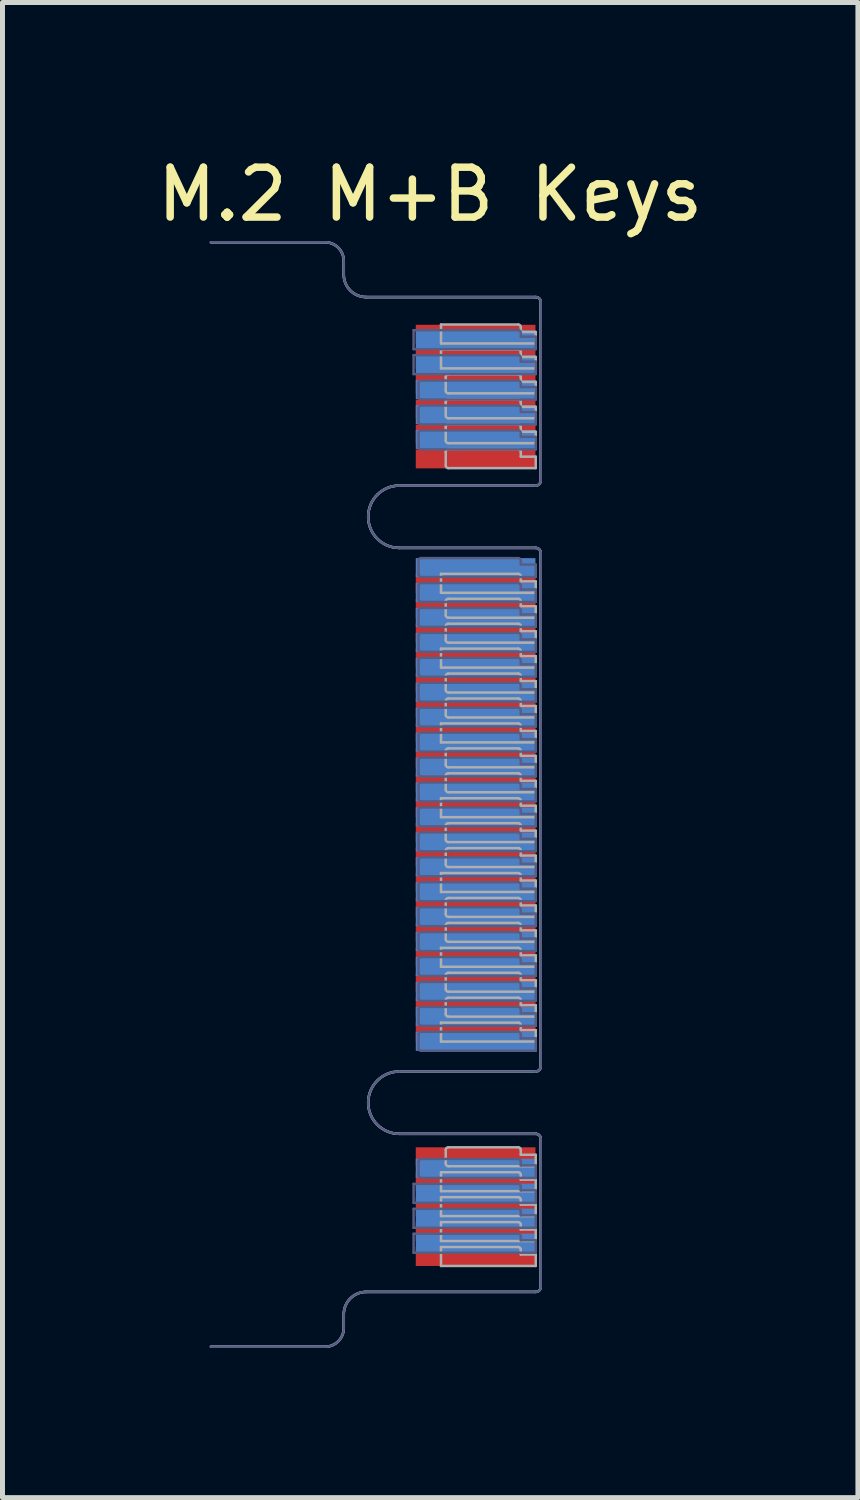
<source format=kicad_pcb>
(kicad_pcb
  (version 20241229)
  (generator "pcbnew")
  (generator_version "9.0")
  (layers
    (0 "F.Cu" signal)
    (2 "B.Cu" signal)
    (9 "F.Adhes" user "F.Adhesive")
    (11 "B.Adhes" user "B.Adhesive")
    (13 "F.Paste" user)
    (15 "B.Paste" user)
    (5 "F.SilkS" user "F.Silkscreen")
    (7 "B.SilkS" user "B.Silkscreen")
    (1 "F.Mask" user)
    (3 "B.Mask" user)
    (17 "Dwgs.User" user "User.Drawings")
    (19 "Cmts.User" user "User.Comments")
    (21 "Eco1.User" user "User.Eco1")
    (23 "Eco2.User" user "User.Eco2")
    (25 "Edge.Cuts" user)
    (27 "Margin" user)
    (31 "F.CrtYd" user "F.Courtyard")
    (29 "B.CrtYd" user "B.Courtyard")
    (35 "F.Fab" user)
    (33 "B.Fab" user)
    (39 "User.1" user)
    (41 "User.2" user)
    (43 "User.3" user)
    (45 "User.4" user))
  (footprint "M.2 M+B Keys"
    (layer "F.Cu")
    (at 7.838 7.333)
    (property "Reference" "M.2 M+B Keys" (at -2.261 -6.485 0) (layer "F.SilkS") (effects (font (size 1 1) (thickness 0.15))))
    (attr through_hole)
    (fp_line (start -6.657 16.625) (end -4.369 16.625) (stroke (width 0.05) (type solid)) (layer "B.Fab"))
    (fp_line (start -4.369 -5.525) (end -6.657 -5.525) (stroke (width 0.05) (type solid)) (layer "B.Fab"))
    (fp_line (start -3.994 -4.875) (end -3.994 -5.15) (stroke (width 0.05) (type solid)) (layer "B.Fab"))
    (fp_line (start -3.994 16.25) (end -3.994 15.975) (stroke (width 0.05) (type solid)) (layer "B.Fab"))
    (fp_line (start -3.544 15.525) (end -0.144 15.525) (stroke (width 0.05) (type solid)) (layer "B.Fab"))
    (fp_line (start -2.879 -0.645) (end -0.144 -0.645) (stroke (width 0.05) (type solid)) (layer "B.Fab"))
    (fp_line (start -2.879 11.105) (end -0.144 11.105) (stroke (width 0.05) (type solid)) (layer "B.Fab"))
    (fp_line (start -2.594 -3.761) (end -2.594 -3.381) (stroke (width 0.05) (type solid)) (layer "B.Fab"))
    (fp_line (start -2.594 -3.381) (end -0.144 -3.381) (stroke (width 0.05) (type solid)) (layer "B.Fab"))
    (fp_line (start -2.594 -3.261) (end -2.594 -2.881) (stroke (width 0.05) (type solid)) (layer "B.Fab"))
    (fp_line (start -2.594 -2.881) (end -0.144 -2.881) (stroke (width 0.05) (type solid)) (layer "B.Fab"))
    (fp_line (start -2.594 13.359) (end -2.594 13.739) (stroke (width 0.05) (type solid)) (layer "B.Fab"))
    (fp_line (start -2.594 13.739) (end -0.144 13.739) (stroke (width 0.05) (type solid)) (layer "B.Fab"))
    (fp_line (start -2.594 13.859) (end -2.594 14.239) (stroke (width 0.05) (type solid)) (layer "B.Fab"))
    (fp_line (start -2.594 14.239) (end -0.144 14.239) (stroke (width 0.05) (type solid)) (layer "B.Fab"))
    (fp_line (start -2.594 14.359) (end -2.594 14.739) (stroke (width 0.05) (type solid)) (layer "B.Fab"))
    (fp_line (start -2.594 14.739) (end -0.144 14.739) (stroke (width 0.05) (type solid)) (layer "B.Fab"))
    (fp_line (start -2.494 -2.421) (end -2.494 -2.701) (stroke (width 0.05) (type solid)) (layer "B.Fab"))
    (fp_line (start -2.494 -1.921) (end -2.494 -2.201) (stroke (width 0.05) (type solid)) (layer "B.Fab"))
    (fp_line (start -2.494 -1.421) (end -2.494 -1.701) (stroke (width 0.05) (type solid)) (layer "B.Fab"))
    (fp_line (start -2.494 1.139) (end -2.494 0.859) (stroke (width 0.05) (type solid)) (layer "B.Fab"))
    (fp_line (start -2.494 1.639) (end -2.494 1.359) (stroke (width 0.05) (type solid)) (layer "B.Fab"))
    (fp_line (start -2.494 2.139) (end -2.494 1.859) (stroke (width 0.05) (type solid)) (layer "B.Fab"))
    (fp_line (start -2.494 2.639) (end -2.494 2.359) (stroke (width 0.05) (type solid)) (layer "B.Fab"))
    (fp_line (start -2.494 3.139) (end -2.494 2.859) (stroke (width 0.05) (type solid)) (layer "B.Fab"))
    (fp_line (start -2.494 3.639) (end -2.494 3.359) (stroke (width 0.05) (type solid)) (layer "B.Fab"))
    (fp_line (start -2.494 4.139) (end -2.494 3.859) (stroke (width 0.05) (type solid)) (layer "B.Fab"))
    (fp_line (start -2.494 4.639) (end -2.494 4.359) (stroke (width 0.05) (type solid)) (layer "B.Fab"))
    (fp_line (start -2.494 5.139) (end -2.494 4.859) (stroke (width 0.05) (type solid)) (layer "B.Fab"))
    (fp_line (start -2.494 5.639) (end -2.494 5.359) (stroke (width 0.05) (type solid)) (layer "B.Fab"))
    (fp_line (start -2.494 6.139) (end -2.494 5.859) (stroke (width 0.05) (type solid)) (layer "B.Fab"))
    (fp_line (start -2.494 6.639) (end -2.494 6.359) (stroke (width 0.05) (type solid)) (layer "B.Fab"))
    (fp_line (start -2.494 7.139) (end -2.494 6.859) (stroke (width 0.05) (type solid)) (layer "B.Fab"))
    (fp_line (start -2.494 7.639) (end -2.494 7.359) (stroke (width 0.05) (type solid)) (layer "B.Fab"))
    (fp_line (start -2.494 8.139) (end -2.494 7.859) (stroke (width 0.05) (type solid)) (layer "B.Fab"))
    (fp_line (start -2.494 8.639) (end -2.494 8.359) (stroke (width 0.05) (type solid)) (layer "B.Fab"))
    (fp_line (start -2.494 9.139) (end -2.494 8.859) (stroke (width 0.05) (type solid)) (layer "B.Fab"))
    (fp_line (start -2.494 9.639) (end -2.494 9.359) (stroke (width 0.05) (type solid)) (layer "B.Fab"))
    (fp_line (start -2.494 10.139) (end -2.494 9.859) (stroke (width 0.05) (type solid)) (layer "B.Fab"))
    (fp_line (start -2.494 10.639) (end -2.494 10.359) (stroke (width 0.05) (type solid)) (layer "B.Fab"))
    (fp_line (start -2.494 13.189) (end -2.494 12.909) (stroke (width 0.05) (type solid)) (layer "B.Fab"))
    (fp_line (start -2.444 -2.751) (end -0.494 -2.751) (stroke (width 0.05) (type solid)) (layer "B.Fab"))
    (fp_line (start -2.444 -2.251) (end -0.494 -2.251) (stroke (width 0.05) (type solid)) (layer "B.Fab"))
    (fp_line (start -2.444 -1.751) (end -0.494 -1.751) (stroke (width 0.05) (type solid)) (layer "B.Fab"))
    (fp_line (start -2.444 0.809) (end -0.494 0.809) (stroke (width 0.05) (type solid)) (layer "B.Fab"))
    (fp_line (start -2.444 1.309) (end -0.494 1.309) (stroke (width 0.05) (type solid)) (layer "B.Fab"))
    (fp_line (start -2.444 1.809) (end -0.494 1.809) (stroke (width 0.05) (type solid)) (layer "B.Fab"))
    (fp_line (start -2.444 2.309) (end -0.494 2.309) (stroke (width 0.05) (type solid)) (layer "B.Fab"))
    (fp_line (start -2.444 2.809) (end -0.494 2.809) (stroke (width 0.05) (type solid)) (layer "B.Fab"))
    (fp_line (start -2.444 3.309) (end -0.494 3.309) (stroke (width 0.05) (type solid)) (layer "B.Fab"))
    (fp_line (start -2.444 3.809) (end -0.494 3.809) (stroke (width 0.05) (type solid)) (layer "B.Fab"))
    (fp_line (start -2.444 4.309) (end -0.494 4.309) (stroke (width 0.05) (type solid)) (layer "B.Fab"))
    (fp_line (start -2.444 4.809) (end -0.494 4.809) (stroke (width 0.05) (type solid)) (layer "B.Fab"))
    (fp_line (start -2.444 5.309) (end -0.494 5.309) (stroke (width 0.05) (type solid)) (layer "B.Fab"))
    (fp_line (start -2.444 5.809) (end -0.494 5.809) (stroke (width 0.05) (type solid)) (layer "B.Fab"))
    (fp_line (start -2.444 6.309) (end -0.494 6.309) (stroke (width 0.05) (type solid)) (layer "B.Fab"))
    (fp_line (start -2.444 6.809) (end -0.494 6.809) (stroke (width 0.05) (type solid)) (layer "B.Fab"))
    (fp_line (start -2.444 7.309) (end -0.494 7.309) (stroke (width 0.05) (type solid)) (layer "B.Fab"))
    (fp_line (start -2.444 7.809) (end -0.494 7.809) (stroke (width 0.05) (type solid)) (layer "B.Fab"))
    (fp_line (start -2.444 8.309) (end -0.494 8.309) (stroke (width 0.05) (type solid)) (layer "B.Fab"))
    (fp_line (start -2.444 8.809) (end -0.494 8.809) (stroke (width 0.05) (type solid)) (layer "B.Fab"))
    (fp_line (start -2.444 9.309) (end -0.494 9.309) (stroke (width 0.05) (type solid)) (layer "B.Fab"))
    (fp_line (start -2.444 9.809) (end -0.494 9.809) (stroke (width 0.05) (type solid)) (layer "B.Fab"))
    (fp_line (start -2.444 10.309) (end -0.494 10.309) (stroke (width 0.05) (type solid)) (layer "B.Fab"))
    (fp_line (start -2.444 12.859) (end -0.494 12.859) (stroke (width 0.05) (type solid)) (layer "B.Fab"))
    (fp_line (start -0.494 -3.761) (end -2.594 -3.761) (stroke (width 0.05) (type solid)) (layer "B.Fab"))
    (fp_line (start -0.494 -3.261) (end -2.594 -3.261) (stroke (width 0.05) (type solid)) (layer "B.Fab"))
    (fp_line (start -0.494 13.359) (end -2.594 13.359) (stroke (width 0.05) (type solid)) (layer "B.Fab"))
    (fp_line (start -0.494 13.859) (end -2.594 13.859) (stroke (width 0.05) (type solid)) (layer "B.Fab"))
    (fp_line (start -0.494 14.359) (end -2.594 14.359) (stroke (width 0.05) (type solid)) (layer "B.Fab"))
    (fp_line (start -0.444 -3.631) (end -0.444 -3.711) (stroke (width 0.05) (type solid)) (layer "B.Fab"))
    (fp_line (start -0.444 -3.131) (end -0.444 -3.211) (stroke (width 0.05) (type solid)) (layer "B.Fab"))
    (fp_line (start -0.444 -2.701) (end -0.444 -2.621) (stroke (width 0.05) (type solid)) (layer "B.Fab"))
    (fp_line (start -0.444 -2.621) (end -0.144 -2.621) (stroke (width 0.05) (type solid)) (layer "B.Fab"))
    (fp_line (start -0.444 -2.201) (end -0.444 -2.121) (stroke (width 0.05) (type solid)) (layer "B.Fab"))
    (fp_line (start -0.444 -2.121) (end -0.144 -2.121) (stroke (width 0.05) (type solid)) (layer "B.Fab"))
    (fp_line (start -0.444 -1.701) (end -0.444 -1.621) (stroke (width 0.05) (type solid)) (layer "B.Fab"))
    (fp_line (start -0.444 -1.621) (end -0.144 -1.621) (stroke (width 0.05) (type solid)) (layer "B.Fab"))
    (fp_line (start -0.444 0.859) (end -0.444 0.939) (stroke (width 0.05) (type solid)) (layer "B.Fab"))
    (fp_line (start -0.444 0.939) (end -0.144 0.939) (stroke (width 0.05) (type solid)) (layer "B.Fab"))
    (fp_line (start -0.444 1.359) (end -0.444 1.439) (stroke (width 0.05) (type solid)) (layer "B.Fab"))
    (fp_line (start -0.444 1.439) (end -0.144 1.439) (stroke (width 0.05) (type solid)) (layer "B.Fab"))
    (fp_line (start -0.444 1.859) (end -0.444 1.939) (stroke (width 0.05) (type solid)) (layer "B.Fab"))
    (fp_line (start -0.444 1.939) (end -0.144 1.939) (stroke (width 0.05) (type solid)) (layer "B.Fab"))
    (fp_line (start -0.444 2.359) (end -0.444 2.439) (stroke (width 0.05) (type solid)) (layer "B.Fab"))
    (fp_line (start -0.444 2.439) (end -0.144 2.439) (stroke (width 0.05) (type solid)) (layer "B.Fab"))
    (fp_line (start -0.444 2.859) (end -0.444 2.939) (stroke (width 0.05) (type solid)) (layer "B.Fab"))
    (fp_line (start -0.444 2.939) (end -0.144 2.939) (stroke (width 0.05) (type solid)) (layer "B.Fab"))
    (fp_line (start -0.444 3.359) (end -0.444 3.439) (stroke (width 0.05) (type solid)) (layer "B.Fab"))
    (fp_line (start -0.444 3.439) (end -0.144 3.439) (stroke (width 0.05) (type solid)) (layer "B.Fab"))
    (fp_line (start -0.444 3.859) (end -0.444 3.939) (stroke (width 0.05) (type solid)) (layer "B.Fab"))
    (fp_line (start -0.444 3.939) (end -0.144 3.939) (stroke (width 0.05) (type solid)) (layer "B.Fab"))
    (fp_line (start -0.444 4.359) (end -0.444 4.439) (stroke (width 0.05) (type solid)) (layer "B.Fab"))
    (fp_line (start -0.444 4.439) (end -0.144 4.439) (stroke (width 0.05) (type solid)) (layer "B.Fab"))
    (fp_line (start -0.444 4.859) (end -0.444 4.939) (stroke (width 0.05) (type solid)) (layer "B.Fab"))
    (fp_line (start -0.444 4.939) (end -0.144 4.939) (stroke (width 0.05) (type solid)) (layer "B.Fab"))
    (fp_line (start -0.444 5.359) (end -0.444 5.439) (stroke (width 0.05) (type solid)) (layer "B.Fab"))
    (fp_line (start -0.444 5.439) (end -0.144 5.439) (stroke (width 0.05) (type solid)) (layer "B.Fab"))
    (fp_line (start -0.444 5.859) (end -0.444 5.939) (stroke (width 0.05) (type solid)) (layer "B.Fab"))
    (fp_line (start -0.444 5.939) (end -0.144 5.939) (stroke (width 0.05) (type solid)) (layer "B.Fab"))
    (fp_line (start -0.444 6.359) (end -0.444 6.439) (stroke (width 0.05) (type solid)) (layer "B.Fab"))
    (fp_line (start -0.444 6.439) (end -0.144 6.439) (stroke (width 0.05) (type solid)) (layer "B.Fab"))
    (fp_line (start -0.444 6.859) (end -0.444 6.939) (stroke (width 0.05) (type solid)) (layer "B.Fab"))
    (fp_line (start -0.444 6.939) (end -0.144 6.939) (stroke (width 0.05) (type solid)) (layer "B.Fab"))
    (fp_line (start -0.444 7.359) (end -0.444 7.439) (stroke (width 0.05) (type solid)) (layer "B.Fab"))
    (fp_line (start -0.444 7.439) (end -0.144 7.439) (stroke (width 0.05) (type solid)) (layer "B.Fab"))
    (fp_line (start -0.444 7.859) (end -0.444 7.939) (stroke (width 0.05) (type solid)) (layer "B.Fab"))
    (fp_line (start -0.444 7.939) (end -0.144 7.939) (stroke (width 0.05) (type solid)) (layer "B.Fab"))
    (fp_line (start -0.444 8.359) (end -0.444 8.439) (stroke (width 0.05) (type solid)) (layer "B.Fab"))
    (fp_line (start -0.444 8.439) (end -0.144 8.439) (stroke (width 0.05) (type solid)) (layer "B.Fab"))
    (fp_line (start -0.444 8.859) (end -0.444 8.939) (stroke (width 0.05) (type solid)) (layer "B.Fab"))
    (fp_line (start -0.444 8.939) (end -0.144 8.939) (stroke (width 0.05) (type solid)) (layer "B.Fab"))
    (fp_line (start -0.444 9.359) (end -0.444 9.439) (stroke (width 0.05) (type solid)) (layer "B.Fab"))
    (fp_line (start -0.444 9.439) (end -0.144 9.439) (stroke (width 0.05) (type solid)) (layer "B.Fab"))
    (fp_line (start -0.444 9.859) (end -0.444 9.939) (stroke (width 0.05) (type solid)) (layer "B.Fab"))
    (fp_line (start -0.444 9.939) (end -0.144 9.939) (stroke (width 0.05) (type solid)) (layer "B.Fab"))
    (fp_line (start -0.444 10.359) (end -0.444 10.439) (stroke (width 0.05) (type solid)) (layer "B.Fab"))
    (fp_line (start -0.444 10.439) (end -0.144 10.439) (stroke (width 0.05) (type solid)) (layer "B.Fab"))
    (fp_line (start -0.444 12.909) (end -0.444 12.989) (stroke (width 0.05) (type solid)) (layer "B.Fab"))
    (fp_line (start -0.444 12.989) (end -0.144 12.989) (stroke (width 0.05) (type solid)) (layer "B.Fab"))
    (fp_line (start -0.444 13.489) (end -0.444 13.409) (stroke (width 0.05) (type solid)) (layer "B.Fab"))
    (fp_line (start -0.444 13.989) (end -0.444 13.909) (stroke (width 0.05) (type solid)) (layer "B.Fab"))
    (fp_line (start -0.444 14.489) (end -0.444 14.409) (stroke (width 0.05) (type solid)) (layer "B.Fab"))
    (fp_line (start -0.144 0.605) (end -2.879 0.605) (stroke (width 0.05) (type solid)) (layer "B.Fab"))
    (fp_line (start -0.144 12.355) (end -2.879 12.355) (stroke (width 0.05) (type solid)) (layer "B.Fab"))
    (fp_line (start -0.144 -4.425) (end -3.544 -4.425) (stroke (width 0.05) (type solid)) (layer "B.Fab"))
    (fp_line (start -0.144 -3.631) (end -0.444 -3.631) (stroke (width 0.05) (type solid)) (layer "B.Fab"))
    (fp_line (start -0.144 -3.381) (end -0.144 -3.631) (stroke (width 0.05) (type solid)) (layer "B.Fab"))
    (fp_line (start -0.144 -3.131) (end -0.444 -3.131) (stroke (width 0.05) (type solid)) (layer "B.Fab"))
    (fp_line (start -0.144 -2.881) (end -0.144 -3.131) (stroke (width 0.05) (type solid)) (layer "B.Fab"))
    (fp_line (start -0.144 -2.621) (end -0.144 -2.371) (stroke (width 0.05) (type solid)) (layer "B.Fab"))
    (fp_line (start -0.144 -2.371) (end -2.444 -2.371) (stroke (width 0.05) (type solid)) (layer "B.Fab"))
    (fp_line (start -0.144 -2.121) (end -0.144 -1.871) (stroke (width 0.05) (type solid)) (layer "B.Fab"))
    (fp_line (start -0.144 -1.871) (end -2.444 -1.871) (stroke (width 0.05) (type solid)) (layer "B.Fab"))
    (fp_line (start -0.144 -1.621) (end -0.144 -1.371) (stroke (width 0.05) (type solid)) (layer "B.Fab"))
    (fp_line (start -0.144 -1.371) (end -2.444 -1.371) (stroke (width 0.05) (type solid)) (layer "B.Fab"))
    (fp_line (start -0.144 0.939) (end -0.144 1.189) (stroke (width 0.05) (type solid)) (layer "B.Fab"))
    (fp_line (start -0.144 1.189) (end -2.444 1.189) (stroke (width 0.05) (type solid)) (layer "B.Fab"))
    (fp_line (start -0.144 1.439) (end -0.144 1.689) (stroke (width 0.05) (type solid)) (layer "B.Fab"))
    (fp_line (start -0.144 1.689) (end -2.444 1.689) (stroke (width 0.05) (type solid)) (layer "B.Fab"))
    (fp_line (start -0.144 1.939) (end -0.144 2.189) (stroke (width 0.05) (type solid)) (layer "B.Fab"))
    (fp_line (start -0.144 2.189) (end -2.444 2.189) (stroke (width 0.05) (type solid)) (layer "B.Fab"))
    (fp_line (start -0.144 2.439) (end -0.144 2.689) (stroke (width 0.05) (type solid)) (layer "B.Fab"))
    (fp_line (start -0.144 2.689) (end -2.444 2.689) (stroke (width 0.05) (type solid)) (layer "B.Fab"))
    (fp_line (start -0.144 2.939) (end -0.144 3.189) (stroke (width 0.05) (type solid)) (layer "B.Fab"))
    (fp_line (start -0.144 3.189) (end -2.444 3.189) (stroke (width 0.05) (type solid)) (layer "B.Fab"))
    (fp_line (start -0.144 3.439) (end -0.144 3.689) (stroke (width 0.05) (type solid)) (layer "B.Fab"))
    (fp_line (start -0.144 3.689) (end -2.444 3.689) (stroke (width 0.05) (type solid)) (layer "B.Fab"))
    (fp_line (start -0.144 3.939) (end -0.144 4.189) (stroke (width 0.05) (type solid)) (layer "B.Fab"))
    (fp_line (start -0.144 4.189) (end -2.444 4.189) (stroke (width 0.05) (type solid)) (layer "B.Fab"))
    (fp_line (start -0.144 4.439) (end -0.144 4.689) (stroke (width 0.05) (type solid)) (layer "B.Fab"))
    (fp_line (start -0.144 4.689) (end -2.444 4.689) (stroke (width 0.05) (type solid)) (layer "B.Fab"))
    (fp_line (start -0.144 4.939) (end -0.144 5.189) (stroke (width 0.05) (type solid)) (layer "B.Fab"))
    (fp_line (start -0.144 5.189) (end -2.444 5.189) (stroke (width 0.05) (type solid)) (layer "B.Fab"))
    (fp_line (start -0.144 5.439) (end -0.144 5.689) (stroke (width 0.05) (type solid)) (layer "B.Fab"))
    (fp_line (start -0.144 5.689) (end -2.444 5.689) (stroke (width 0.05) (type solid)) (layer "B.Fab"))
    (fp_line (start -0.144 5.939) (end -0.144 6.189) (stroke (width 0.05) (type solid)) (layer "B.Fab"))
    (fp_line (start -0.144 6.189) (end -2.444 6.189) (stroke (width 0.05) (type solid)) (layer "B.Fab"))
    (fp_line (start -0.144 6.439) (end -0.144 6.689) (stroke (width 0.05) (type solid)) (layer "B.Fab"))
    (fp_line (start -0.144 6.689) (end -2.444 6.689) (stroke (width 0.05) (type solid)) (layer "B.Fab"))
    (fp_line (start -0.144 6.939) (end -0.144 7.189) (stroke (width 0.05) (type solid)) (layer "B.Fab"))
    (fp_line (start -0.144 7.189) (end -2.444 7.189) (stroke (width 0.05) (type solid)) (layer "B.Fab"))
    (fp_line (start -0.144 7.439) (end -0.144 7.689) (stroke (width 0.05) (type solid)) (layer "B.Fab"))
    (fp_line (start -0.144 7.689) (end -2.444 7.689) (stroke (width 0.05) (type solid)) (layer "B.Fab"))
    (fp_line (start -0.144 7.939) (end -0.144 8.189) (stroke (width 0.05) (type solid)) (layer "B.Fab"))
    (fp_line (start -0.144 8.189) (end -2.444 8.189) (stroke (width 0.05) (type solid)) (layer "B.Fab"))
    (fp_line (start -0.144 8.439) (end -0.144 8.689) (stroke (width 0.05) (type solid)) (layer "B.Fab"))
    (fp_line (start -0.144 8.689) (end -2.444 8.689) (stroke (width 0.05) (type solid)) (layer "B.Fab"))
    (fp_line (start -0.144 8.939) (end -0.144 9.189) (stroke (width 0.05) (type solid)) (layer "B.Fab"))
    (fp_line (start -0.144 9.189) (end -2.444 9.189) (stroke (width 0.05) (type solid)) (layer "B.Fab"))
    (fp_line (start -0.144 9.439) (end -0.144 9.689) (stroke (width 0.05) (type solid)) (layer "B.Fab"))
    (fp_line (start -0.144 9.689) (end -2.444 9.689) (stroke (width 0.05) (type solid)) (layer "B.Fab"))
    (fp_line (start -0.144 9.939) (end -0.144 10.189) (stroke (width 0.05) (type solid)) (layer "B.Fab"))
    (fp_line (start -0.144 10.189) (end -2.444 10.189) (stroke (width 0.05) (type solid)) (layer "B.Fab"))
    (fp_line (start -0.144 10.439) (end -0.144 10.689) (stroke (width 0.05) (type solid)) (layer "B.Fab"))
    (fp_line (start -0.144 10.689) (end -2.444 10.689) (stroke (width 0.05) (type solid)) (layer "B.Fab"))
    (fp_line (start -0.144 12.989) (end -0.144 13.239) (stroke (width 0.05) (type solid)) (layer "B.Fab"))
    (fp_line (start -0.144 13.239) (end -2.444 13.239) (stroke (width 0.05) (type solid)) (layer "B.Fab"))
    (fp_line (start -0.144 13.489) (end -0.444 13.489) (stroke (width 0.05) (type solid)) (layer "B.Fab"))
    (fp_line (start -0.144 13.739) (end -0.144 13.489) (stroke (width 0.05) (type solid)) (layer "B.Fab"))
    (fp_line (start -0.144 13.989) (end -0.444 13.989) (stroke (width 0.05) (type solid)) (layer "B.Fab"))
    (fp_line (start -0.144 14.239) (end -0.144 13.989) (stroke (width 0.05) (type solid)) (layer "B.Fab"))
    (fp_line (start -0.144 14.489) (end -0.444 14.489) (stroke (width 0.05) (type solid)) (layer "B.Fab"))
    (fp_line (start -0.144 14.739) (end -0.144 14.489) (stroke (width 0.05) (type solid)) (layer "B.Fab"))
    (fp_line (start -0.044 -0.745) (end -0.044 -4.325) (stroke (width 0.05) (type solid)) (layer "B.Fab"))
    (fp_line (start -0.044 11.005) (end -0.044 0.705) (stroke (width 0.05) (type solid)) (layer "B.Fab"))
    (fp_line (start -0.044 15.425) (end -0.044 12.455) (stroke (width 0.05) (type solid)) (layer "B.Fab"))
    (fp_arc (start -4.3693 -5.5251) (mid -4.104135 -5.415265) (end -3.9943 -5.1501) (stroke (width 0.05) (type solid)) (layer "B.Fab"))
    (fp_arc (start -3.9943 15.974899) (mid -3.862498 15.656701) (end -3.5443 15.524899) (stroke (width 0.05) (type solid)) (layer "B.Fab"))
    (fp_arc (start -3.9943 16.2499) (mid -4.104135 16.515065) (end -4.3693 16.6249) (stroke (width 0.05) (type solid)) (layer "B.Fab"))
    (fp_arc (start -3.5443 -4.4251) (mid -3.862498 -4.556902) (end -3.9943 -4.8751) (stroke (width 0.05) (type solid)) (layer "B.Fab"))
    (fp_arc (start -2.879301 0.604901) (mid -3.504301 -0.020099) (end -2.879301 -0.645099) (stroke (width 0.05) (type solid)) (layer "B.Fab"))
    (fp_arc (start -2.8793 12.3549) (mid -3.5043 11.7299) (end -2.8793 11.1049) (stroke (width 0.05) (type solid)) (layer "B.Fab"))
    (fp_arc (start -2.4943 -2.70107) (mid -2.479655 -2.736425) (end -2.4443 -2.75107) (stroke (width 0.05) (type solid)) (layer "B.Fab"))
    (fp_arc (start -2.4943 -2.20107) (mid -2.479655 -2.236425) (end -2.4443 -2.25107) (stroke (width 0.05) (type solid)) (layer "B.Fab"))
    (fp_arc (start -2.4943 -1.70107) (mid -2.479655 -1.736425) (end -2.4443 -1.75107) (stroke (width 0.05) (type solid)) (layer "B.Fab"))
    (fp_arc (start -2.4943 0.85893) (mid -2.479655 0.823575) (end -2.4443 0.80893) (stroke (width 0.05) (type solid)) (layer "B.Fab"))
    (fp_arc (start -2.4943 1.35893) (mid -2.479655 1.323575) (end -2.4443 1.30893) (stroke (width 0.05) (type solid)) (layer "B.Fab"))
    (fp_arc (start -2.4943 1.85893) (mid -2.479655 1.823575) (end -2.4443 1.80893) (stroke (width 0.05) (type solid)) (layer "B.Fab"))
    (fp_arc (start -2.4943 2.35893) (mid -2.479655 2.323575) (end -2.4443 2.30893) (stroke (width 0.05) (type solid)) (layer "B.Fab"))
    (fp_arc (start -2.4943 2.85893) (mid -2.479655 2.823575) (end -2.4443 2.80893) (stroke (width 0.05) (type solid)) (layer "B.Fab"))
    (fp_arc (start -2.4943 3.35893) (mid -2.479655 3.323575) (end -2.4443 3.30893) (stroke (width 0.05) (type solid)) (layer "B.Fab"))
    (fp_arc (start -2.4943 3.85893) (mid -2.479655 3.823575) (end -2.4443 3.80893) (stroke (width 0.05) (type solid)) (layer "B.Fab"))
    (fp_arc (start -2.4943 4.35893) (mid -2.479655 4.323575) (end -2.4443 4.30893) (stroke (width 0.05) (type solid)) (layer "B.Fab"))
    (fp_arc (start -2.4943 4.85893) (mid -2.479655 4.823575) (end -2.4443 4.80893) (stroke (width 0.05) (type solid)) (layer "B.Fab"))
    (fp_arc (start -2.4943 5.35893) (mid -2.479655 5.323575) (end -2.4443 5.30893) (stroke (width 0.05) (type solid)) (layer "B.Fab"))
    (fp_arc (start -2.4943 5.858929) (mid -2.479655 5.823574) (end -2.4443 5.808929) (stroke (width 0.05) (type solid)) (layer "B.Fab"))
    (fp_arc (start -2.4943 6.358929) (mid -2.479655 6.323574) (end -2.4443 6.308929) (stroke (width 0.05) (type solid)) (layer "B.Fab"))
    (fp_arc (start -2.4943 6.858929) (mid -2.479655 6.823574) (end -2.4443 6.808929) (stroke (width 0.05) (type solid)) (layer "B.Fab"))
    (fp_arc (start -2.4943 7.358929) (mid -2.479655 7.323574) (end -2.4443 7.308929) (stroke (width 0.05) (type solid)) (layer "B.Fab"))
    (fp_arc (start -2.4943 7.858929) (mid -2.479655 7.823574) (end -2.4443 7.808929) (stroke (width 0.05) (type solid)) (layer "B.Fab"))
    (fp_arc (start -2.4943 8.358929) (mid -2.479655 8.323574) (end -2.4443 8.308929) (stroke (width 0.05) (type solid)) (layer "B.Fab"))
    (fp_arc (start -2.4943 8.858929) (mid -2.479655 8.823574) (end -2.4443 8.808929) (stroke (width 0.05) (type solid)) (layer "B.Fab"))
    (fp_arc (start -2.4943 9.358929) (mid -2.479655 9.323574) (end -2.4443 9.308929) (stroke (width 0.05) (type solid)) (layer "B.Fab"))
    (fp_arc (start -2.4943 9.858929) (mid -2.479655 9.823574) (end -2.4443 9.808929) (stroke (width 0.05) (type solid)) (layer "B.Fab"))
    (fp_arc (start -2.4943 10.358929) (mid -2.479655 10.323574) (end -2.4443 10.308929) (stroke (width 0.05) (type solid)) (layer "B.Fab"))
    (fp_arc (start -2.4943 12.908929) (mid -2.479655 12.873574) (end -2.4443 12.858929) (stroke (width 0.05) (type solid)) (layer "B.Fab"))
    (fp_arc (start -2.4443 -2.37107) (mid -2.479655 -2.385715) (end -2.4943 -2.42107) (stroke (width 0.05) (type solid)) (layer "B.Fab"))
    (fp_arc (start -2.4443 -1.87107) (mid -2.479655 -1.885715) (end -2.4943 -1.92107) (stroke (width 0.05) (type solid)) (layer "B.Fab"))
    (fp_arc (start -2.4443 -1.37107) (mid -2.479655 -1.385715) (end -2.4943 -1.42107) (stroke (width 0.05) (type solid)) (layer "B.Fab"))
    (fp_arc (start -2.4443 1.18893) (mid -2.479655 1.174285) (end -2.4943 1.13893) (stroke (width 0.05) (type solid)) (layer "B.Fab"))
    (fp_arc (start -2.4443 1.68893) (mid -2.479655 1.674285) (end -2.4943 1.63893) (stroke (width 0.05) (type solid)) (layer "B.Fab"))
    (fp_arc (start -2.4443 2.18893) (mid -2.479655 2.174285) (end -2.4943 2.13893) (stroke (width 0.05) (type solid)) (layer "B.Fab"))
    (fp_arc (start -2.4443 2.68893) (mid -2.479655 2.674285) (end -2.4943 2.63893) (stroke (width 0.05) (type solid)) (layer "B.Fab"))
    (fp_arc (start -2.4443 3.18893) (mid -2.479655 3.174285) (end -2.4943 3.13893) (stroke (width 0.05) (type solid)) (layer "B.Fab"))
    (fp_arc (start -2.4443 3.68893) (mid -2.479655 3.674285) (end -2.4943 3.63893) (stroke (width 0.05) (type solid)) (layer "B.Fab"))
    (fp_arc (start -2.4443 4.18893) (mid -2.479655 4.174285) (end -2.4943 4.13893) (stroke (width 0.05) (type solid)) (layer "B.Fab"))
    (fp_arc (start -2.4443 4.68893) (mid -2.479655 4.674285) (end -2.4943 4.63893) (stroke (width 0.05) (type solid)) (layer "B.Fab"))
    (fp_arc (start -2.4443 5.18893) (mid -2.479655 5.174285) (end -2.4943 5.13893) (stroke (width 0.05) (type solid)) (layer "B.Fab"))
    (fp_arc (start -2.4443 5.688929) (mid -2.479655 5.674284) (end -2.4943 5.638929) (stroke (width 0.05) (type solid)) (layer "B.Fab"))
    (fp_arc (start -2.4443 6.188929) (mid -2.479655 6.174284) (end -2.4943 6.138929) (stroke (width 0.05) (type solid)) (layer "B.Fab"))
    (fp_arc (start -2.4443 6.688929) (mid -2.479655 6.674284) (end -2.4943 6.638929) (stroke (width 0.05) (type solid)) (layer "B.Fab"))
    (fp_arc (start -2.4443 7.188929) (mid -2.479655 7.174284) (end -2.4943 7.138929) (stroke (width 0.05) (type solid)) (layer "B.Fab"))
    (fp_arc (start -2.4443 7.688929) (mid -2.479655 7.674284) (end -2.4943 7.638929) (stroke (width 0.05) (type solid)) (layer "B.Fab"))
    (fp_arc (start -2.4443 8.188929) (mid -2.479655 8.174284) (end -2.4943 8.138929) (stroke (width 0.05) (type solid)) (layer "B.Fab"))
    (fp_arc (start -2.4443 8.688929) (mid -2.479655 8.674284) (end -2.4943 8.638929) (stroke (width 0.05) (type solid)) (layer "B.Fab"))
    (fp_arc (start -2.4443 9.188929) (mid -2.479655 9.174284) (end -2.4943 9.138929) (stroke (width 0.05) (type solid)) (layer "B.Fab"))
    (fp_arc (start -2.4443 9.688929) (mid -2.479655 9.674284) (end -2.4943 9.638929) (stroke (width 0.05) (type solid)) (layer "B.Fab"))
    (fp_arc (start -2.4443 10.188929) (mid -2.479655 10.174284) (end -2.4943 10.138929) (stroke (width 0.05) (type solid)) (layer "B.Fab"))
    (fp_arc (start -2.4443 10.688929) (mid -2.479655 10.674284) (end -2.4943 10.638929) (stroke (width 0.05) (type solid)) (layer "B.Fab"))
    (fp_arc (start -2.4443 13.238929) (mid -2.479655 13.224284) (end -2.4943 13.188929) (stroke (width 0.05) (type solid)) (layer "B.Fab"))
    (fp_arc (start -0.4943 -3.76107) (mid -0.458945 -3.746425) (end -0.4443 -3.71107) (stroke (width 0.05) (type solid)) (layer "B.Fab"))
    (fp_arc (start -0.4943 -3.26107) (mid -0.458945 -3.246425) (end -0.4443 -3.21107) (stroke (width 0.05) (type solid)) (layer "B.Fab"))
    (fp_arc (start -0.4943 -2.75107) (mid -0.458945 -2.736425) (end -0.4443 -2.70107) (stroke (width 0.05) (type solid)) (layer "B.Fab"))
    (fp_arc (start -0.4943 -2.25107) (mid -0.458945 -2.236425) (end -0.4443 -2.20107) (stroke (width 0.05) (type solid)) (layer "B.Fab"))
    (fp_arc (start -0.4943 -1.75107) (mid -0.458945 -1.736425) (end -0.4443 -1.70107) (stroke (width 0.05) (type solid)) (layer "B.Fab"))
    (fp_arc (start -0.4943 0.80893) (mid -0.458945 0.823575) (end -0.4443 0.85893) (stroke (width 0.05) (type solid)) (layer "B.Fab"))
    (fp_arc (start -0.4943 1.30893) (mid -0.458945 1.323575) (end -0.4443 1.35893) (stroke (width 0.05) (type solid)) (layer "B.Fab"))
    (fp_arc (start -0.4943 1.80893) (mid -0.458945 1.823575) (end -0.4443 1.85893) (stroke (width 0.05) (type solid)) (layer "B.Fab"))
    (fp_arc (start -0.4943 2.30893) (mid -0.458945 2.323575) (end -0.4443 2.35893) (stroke (width 0.05) (type solid)) (layer "B.Fab"))
    (fp_arc (start -0.4943 2.80893) (mid -0.458945 2.823575) (end -0.4443 2.85893) (stroke (width 0.05) (type solid)) (layer "B.Fab"))
    (fp_arc (start -0.4943 3.30893) (mid -0.458945 3.323575) (end -0.4443 3.35893) (stroke (width 0.05) (type solid)) (layer "B.Fab"))
    (fp_arc (start -0.4943 3.80893) (mid -0.458945 3.823575) (end -0.4443 3.85893) (stroke (width 0.05) (type solid)) (layer "B.Fab"))
    (fp_arc (start -0.4943 4.30893) (mid -0.458945 4.323575) (end -0.4443 4.35893) (stroke (width 0.05) (type solid)) (layer "B.Fab"))
    (fp_arc (start -0.4943 4.80893) (mid -0.458945 4.823575) (end -0.4443 4.85893) (stroke (width 0.05) (type solid)) (layer "B.Fab"))
    (fp_arc (start -0.4943 5.30893) (mid -0.458945 5.323575) (end -0.4443 5.35893) (stroke (width 0.05) (type solid)) (layer "B.Fab"))
    (fp_arc (start -0.4943 5.808929) (mid -0.458945 5.823574) (end -0.4443 5.858929) (stroke (width 0.05) (type solid)) (layer "B.Fab"))
    (fp_arc (start -0.4943 6.308929) (mid -0.458945 6.323574) (end -0.4443 6.358929) (stroke (width 0.05) (type solid)) (layer "B.Fab"))
    (fp_arc (start -0.4943 6.808929) (mid -0.458945 6.823574) (end -0.4443 6.858929) (stroke (width 0.05) (type solid)) (layer "B.Fab"))
    (fp_arc (start -0.4943 7.308929) (mid -0.458945 7.323574) (end -0.4443 7.358929) (stroke (width 0.05) (type solid)) (layer "B.Fab"))
    (fp_arc (start -0.4943 7.808929) (mid -0.458945 7.823574) (end -0.4443 7.858929) (stroke (width 0.05) (type solid)) (layer "B.Fab"))
    (fp_arc (start -0.4943 8.308929) (mid -0.458945 8.323574) (end -0.4443 8.358929) (stroke (width 0.05) (type solid)) (layer "B.Fab"))
    (fp_arc (start -0.4943 8.808929) (mid -0.458945 8.823574) (end -0.4443 8.858929) (stroke (width 0.05) (type solid)) (layer "B.Fab"))
    (fp_arc (start -0.4943 9.308929) (mid -0.458945 9.323574) (end -0.4443 9.358929) (stroke (width 0.05) (type solid)) (layer "B.Fab"))
    (fp_arc (start -0.4943 9.808929) (mid -0.458945 9.823574) (end -0.4443 9.858929) (stroke (width 0.05) (type solid)) (layer "B.Fab"))
    (fp_arc (start -0.4943 10.308929) (mid -0.458945 10.323574) (end -0.4443 10.358929) (stroke (width 0.05) (type solid)) (layer "B.Fab"))
    (fp_arc (start -0.4943 12.858929) (mid -0.458945 12.873574) (end -0.4443 12.908929) (stroke (width 0.05) (type solid)) (layer "B.Fab"))
    (fp_arc (start -0.4943 13.358929) (mid -0.458945 13.373574) (end -0.4443 13.408929) (stroke (width 0.05) (type solid)) (layer "B.Fab"))
    (fp_arc (start -0.4943 13.858929) (mid -0.458945 13.873574) (end -0.4443 13.908929) (stroke (width 0.05) (type solid)) (layer "B.Fab"))
    (fp_arc (start -0.4943 14.358929) (mid -0.458945 14.373574) (end -0.4443 14.408929) (stroke (width 0.05) (type solid)) (layer "B.Fab"))
    (fp_arc (start -0.144301 0.604901) (mid -0.07359 0.63419) (end -0.044301 0.704901) (stroke (width 0.05) (type solid)) (layer "B.Fab"))
    (fp_arc (start -0.1443 -4.4251) (mid -0.073589 -4.395811) (end -0.0443 -4.3251) (stroke (width 0.05) (type solid)) (layer "B.Fab"))
    (fp_arc (start -0.1443 12.354901) (mid -0.07359 12.38419) (end -0.044301 12.4549) (stroke (width 0.05) (type solid)) (layer "B.Fab"))
    (fp_arc (start -0.044301 -0.745099) (mid -0.07359 -0.674388) (end -0.144301 -0.645099) (stroke (width 0.05) (type solid)) (layer "B.Fab"))
    (fp_arc (start -0.044301 11.004901) (mid -0.073591 11.075611) (end -0.144301 11.104899) (stroke (width 0.05) (type solid)) (layer "B.Fab"))
    (fp_arc (start -0.044299 15.424899) (mid -0.073589 15.49561) (end -0.1443 15.5249) (stroke (width 0.05) (type solid)) (layer "B.Fab"))
    (fp_line (start -6.657 16.625) (end -4.369 16.625) (stroke (width 0.05) (type solid)) (layer "F.Fab"))
    (fp_line (start -6.657 16.625) (end -4.369 16.625) (stroke (width 0.05) (type solid)) (layer "F.Fab"))
    (fp_line (start -4.369 -5.525) (end -6.657 -5.525) (stroke (width 0.05) (type solid)) (layer "F.Fab"))
    (fp_line (start -4.369 -5.525) (end -6.657 -5.525) (stroke (width 0.05) (type solid)) (layer "F.Fab"))
    (fp_line (start -3.994 -4.875) (end -3.994 -5.15) (stroke (width 0.05) (type solid)) (layer "F.Fab"))
    (fp_line (start -3.994 -4.875) (end -3.994 -5.15) (stroke (width 0.05) (type solid)) (layer "F.Fab"))
    (fp_line (start -3.994 16.25) (end -3.994 15.975) (stroke (width 0.05) (type solid)) (layer "F.Fab"))
    (fp_line (start -3.994 16.25) (end -3.994 15.975) (stroke (width 0.05) (type solid)) (layer "F.Fab"))
    (fp_line (start -3.544 15.525) (end -0.144 15.525) (stroke (width 0.05) (type solid)) (layer "F.Fab"))
    (fp_line (start -3.544 15.525) (end -0.144 15.525) (stroke (width 0.05) (type solid)) (layer "F.Fab"))
    (fp_line (start -2.879 -0.645) (end -0.144 -0.645) (stroke (width 0.05) (type solid)) (layer "F.Fab"))
    (fp_line (start -2.879 -0.645) (end -0.144 -0.645) (stroke (width 0.05) (type solid)) (layer "F.Fab"))
    (fp_line (start -2.879 11.105) (end -0.144 11.105) (stroke (width 0.05) (type solid)) (layer "F.Fab"))
    (fp_line (start -2.879 11.105) (end -0.144 11.105) (stroke (width 0.05) (type solid)) (layer "F.Fab"))
    (fp_line (start -2.044 -3.875) (end -0.494 -3.875) (stroke (width 0.05) (type solid)) (layer "F.Fab"))
    (fp_line (start -2.044 -3.495) (end -2.044 -3.875) (stroke (width 0.05) (type solid)) (layer "F.Fab"))
    (fp_line (start -2.044 -3.375) (end -0.494 -3.375) (stroke (width 0.05) (type solid)) (layer "F.Fab"))
    (fp_line (start -2.044 -2.995) (end -2.044 -3.375) (stroke (width 0.05) (type solid)) (layer "F.Fab"))
    (fp_line (start -2.044 1.125) (end -0.494 1.125) (stroke (width 0.05) (type solid)) (layer "F.Fab"))
    (fp_line (start -2.044 1.505) (end -2.044 1.125) (stroke (width 0.05) (type solid)) (layer "F.Fab"))
    (fp_line (start -2.044 2.625) (end -0.494 2.625) (stroke (width 0.05) (type solid)) (layer "F.Fab"))
    (fp_line (start -2.044 3.005) (end -2.044 2.625) (stroke (width 0.05) (type solid)) (layer "F.Fab"))
    (fp_line (start -2.044 4.125) (end -0.494 4.125) (stroke (width 0.05) (type solid)) (layer "F.Fab"))
    (fp_line (start -2.044 4.505) (end -2.044 4.125) (stroke (width 0.05) (type solid)) (layer "F.Fab"))
    (fp_line (start -2.044 5.625) (end -0.494 5.625) (stroke (width 0.05) (type solid)) (layer "F.Fab"))
    (fp_line (start -2.044 6.005) (end -2.044 5.625) (stroke (width 0.05) (type solid)) (layer "F.Fab"))
    (fp_line (start -2.044 7.125) (end -0.494 7.125) (stroke (width 0.05) (type solid)) (layer "F.Fab"))
    (fp_line (start -2.044 7.505) (end -2.044 7.125) (stroke (width 0.05) (type solid)) (layer "F.Fab"))
    (fp_line (start -2.044 8.625) (end -0.494 8.625) (stroke (width 0.05) (type solid)) (layer "F.Fab"))
    (fp_line (start -2.044 9.005) (end -2.044 8.625) (stroke (width 0.05) (type solid)) (layer "F.Fab"))
    (fp_line (start -2.044 10.125) (end -0.494 10.125) (stroke (width 0.05) (type solid)) (layer "F.Fab"))
    (fp_line (start -2.044 10.505) (end -2.044 10.125) (stroke (width 0.05) (type solid)) (layer "F.Fab"))
    (fp_line (start -2.044 13.125) (end -0.494 13.125) (stroke (width 0.05) (type solid)) (layer "F.Fab"))
    (fp_line (start -2.044 13.505) (end -2.044 13.125) (stroke (width 0.05) (type solid)) (layer "F.Fab"))
    (fp_line (start -2.044 13.625) (end -0.494 13.625) (stroke (width 0.05) (type solid)) (layer "F.Fab"))
    (fp_line (start -2.044 14.005) (end -2.044 13.625) (stroke (width 0.05) (type solid)) (layer "F.Fab"))
    (fp_line (start -2.044 14.125) (end -0.494 14.125) (stroke (width 0.05) (type solid)) (layer "F.Fab"))
    (fp_line (start -2.044 14.505) (end -2.044 14.125) (stroke (width 0.05) (type solid)) (layer "F.Fab"))
    (fp_line (start -2.044 14.625) (end -0.494 14.625) (stroke (width 0.05) (type solid)) (layer "F.Fab"))
    (fp_line (start -2.044 15.005) (end -2.044 14.625) (stroke (width 0.05) (type solid)) (layer "F.Fab"))
    (fp_line (start -1.949 -2.545) (end -1.949 -2.825) (stroke (width 0.05) (type solid)) (layer "F.Fab"))
    (fp_line (start -1.949 -2.045) (end -1.949 -2.325) (stroke (width 0.05) (type solid)) (layer "F.Fab"))
    (fp_line (start -1.949 -1.545) (end -1.949 -1.825) (stroke (width 0.05) (type solid)) (layer "F.Fab"))
    (fp_line (start -1.949 -1.045) (end -1.949 -1.325) (stroke (width 0.05) (type solid)) (layer "F.Fab"))
    (fp_line (start -1.949 1.955) (end -1.949 1.675) (stroke (width 0.05) (type solid)) (layer "F.Fab"))
    (fp_line (start -1.949 2.455) (end -1.949 2.175) (stroke (width 0.05) (type solid)) (layer "F.Fab"))
    (fp_line (start -1.949 3.455) (end -1.949 3.175) (stroke (width 0.05) (type solid)) (layer "F.Fab"))
    (fp_line (start -1.949 3.955) (end -1.949 3.675) (stroke (width 0.05) (type solid)) (layer "F.Fab"))
    (fp_line (start -1.949 4.955) (end -1.949 4.675) (stroke (width 0.05) (type solid)) (layer "F.Fab"))
    (fp_line (start -1.949 5.455) (end -1.949 5.175) (stroke (width 0.05) (type solid)) (layer "F.Fab"))
    (fp_line (start -1.949 6.455) (end -1.949 6.175) (stroke (width 0.05) (type solid)) (layer "F.Fab"))
    (fp_line (start -1.949 6.955) (end -1.949 6.675) (stroke (width 0.05) (type solid)) (layer "F.Fab"))
    (fp_line (start -1.949 7.955) (end -1.949 7.675) (stroke (width 0.05) (type solid)) (layer "F.Fab"))
    (fp_line (start -1.949 8.455) (end -1.949 8.175) (stroke (width 0.05) (type solid)) (layer "F.Fab"))
    (fp_line (start -1.949 9.455) (end -1.949 9.175) (stroke (width 0.05) (type solid)) (layer "F.Fab"))
    (fp_line (start -1.949 9.955) (end -1.949 9.675) (stroke (width 0.05) (type solid)) (layer "F.Fab"))
    (fp_line (start -1.949 12.955) (end -1.949 12.675) (stroke (width 0.05) (type solid)) (layer "F.Fab"))
    (fp_line (start -1.899 -2.875) (end -0.494 -2.875) (stroke (width 0.05) (type solid)) (layer "F.Fab"))
    (fp_line (start -1.899 -2.375) (end -0.494 -2.375) (stroke (width 0.05) (type solid)) (layer "F.Fab"))
    (fp_line (start -1.899 -1.875) (end -0.494 -1.875) (stroke (width 0.05) (type solid)) (layer "F.Fab"))
    (fp_line (start -1.899 -1.375) (end -0.494 -1.375) (stroke (width 0.05) (type solid)) (layer "F.Fab"))
    (fp_line (start -1.899 1.625) (end -0.494 1.625) (stroke (width 0.05) (type solid)) (layer "F.Fab"))
    (fp_line (start -1.899 2.125) (end -0.494 2.125) (stroke (width 0.05) (type solid)) (layer "F.Fab"))
    (fp_line (start -1.899 3.125) (end -0.494 3.125) (stroke (width 0.05) (type solid)) (layer "F.Fab"))
    (fp_line (start -1.899 3.625) (end -0.494 3.625) (stroke (width 0.05) (type solid)) (layer "F.Fab"))
    (fp_line (start -1.899 4.625) (end -0.494 4.625) (stroke (width 0.05) (type solid)) (layer "F.Fab"))
    (fp_line (start -1.899 5.125) (end -0.494 5.125) (stroke (width 0.05) (type solid)) (layer "F.Fab"))
    (fp_line (start -1.899 6.125) (end -0.494 6.125) (stroke (width 0.05) (type solid)) (layer "F.Fab"))
    (fp_line (start -1.899 6.625) (end -0.494 6.625) (stroke (width 0.05) (type solid)) (layer "F.Fab"))
    (fp_line (start -1.899 7.625) (end -0.494 7.625) (stroke (width 0.05) (type solid)) (layer "F.Fab"))
    (fp_line (start -1.899 8.125) (end -0.494 8.125) (stroke (width 0.05) (type solid)) (layer "F.Fab"))
    (fp_line (start -1.899 9.125) (end -0.494 9.125) (stroke (width 0.05) (type solid)) (layer "F.Fab"))
    (fp_line (start -1.899 9.625) (end -0.494 9.625) (stroke (width 0.05) (type solid)) (layer "F.Fab"))
    (fp_line (start -1.899 12.625) (end -0.494 12.625) (stroke (width 0.05) (type solid)) (layer "F.Fab"))
    (fp_line (start -0.444 -3.825) (end -0.444 -3.725) (stroke (width 0.05) (type solid)) (layer "F.Fab"))
    (fp_line (start -0.444 -3.725) (end -0.144 -3.725) (stroke (width 0.05) (type solid)) (layer "F.Fab"))
    (fp_line (start -0.444 -3.325) (end -0.444 -3.225) (stroke (width 0.05) (type solid)) (layer "F.Fab"))
    (fp_line (start -0.444 -3.225) (end -0.144 -3.225) (stroke (width 0.05) (type solid)) (layer "F.Fab"))
    (fp_line (start -0.444 -2.825) (end -0.444 -2.725) (stroke (width 0.05) (type solid)) (layer "F.Fab"))
    (fp_line (start -0.444 -2.725) (end -0.144 -2.725) (stroke (width 0.05) (type solid)) (layer "F.Fab"))
    (fp_line (start -0.444 -2.325) (end -0.444 -2.225) (stroke (width 0.05) (type solid)) (layer "F.Fab"))
    (fp_line (start -0.444 -2.225) (end -0.144 -2.225) (stroke (width 0.05) (type solid)) (layer "F.Fab"))
    (fp_line (start -0.444 -1.825) (end -0.444 -1.725) (stroke (width 0.05) (type solid)) (layer "F.Fab"))
    (fp_line (start -0.444 -1.725) (end -0.144 -1.725) (stroke (width 0.05) (type solid)) (layer "F.Fab"))
    (fp_line (start -0.444 -1.325) (end -0.444 -1.225) (stroke (width 0.05) (type solid)) (layer "F.Fab"))
    (fp_line (start -0.444 -1.225) (end -0.144 -1.225) (stroke (width 0.05) (type solid)) (layer "F.Fab"))
    (fp_line (start -0.444 1.175) (end -0.444 1.275) (stroke (width 0.05) (type solid)) (layer "F.Fab"))
    (fp_line (start -0.444 1.275) (end -0.144 1.275) (stroke (width 0.05) (type solid)) (layer "F.Fab"))
    (fp_line (start -0.444 1.675) (end -0.444 1.775) (stroke (width 0.05) (type solid)) (layer "F.Fab"))
    (fp_line (start -0.444 1.775) (end -0.144 1.775) (stroke (width 0.05) (type solid)) (layer "F.Fab"))
    (fp_line (start -0.444 2.175) (end -0.444 2.275) (stroke (width 0.05) (type solid)) (layer "F.Fab"))
    (fp_line (start -0.444 2.275) (end -0.144 2.275) (stroke (width 0.05) (type solid)) (layer "F.Fab"))
    (fp_line (start -0.444 2.675) (end -0.444 2.775) (stroke (width 0.05) (type solid)) (layer "F.Fab"))
    (fp_line (start -0.444 2.775) (end -0.144 2.775) (stroke (width 0.05) (type solid)) (layer "F.Fab"))
    (fp_line (start -0.444 3.175) (end -0.444 3.275) (stroke (width 0.05) (type solid)) (layer "F.Fab"))
    (fp_line (start -0.444 3.275) (end -0.144 3.275) (stroke (width 0.05) (type solid)) (layer "F.Fab"))
    (fp_line (start -0.444 3.675) (end -0.444 3.775) (stroke (width 0.05) (type solid)) (layer "F.Fab"))
    (fp_line (start -0.444 3.775) (end -0.144 3.775) (stroke (width 0.05) (type solid)) (layer "F.Fab"))
    (fp_line (start -0.444 4.175) (end -0.444 4.275) (stroke (width 0.05) (type solid)) (layer "F.Fab"))
    (fp_line (start -0.444 4.275) (end -0.144 4.275) (stroke (width 0.05) (type solid)) (layer "F.Fab"))
    (fp_line (start -0.444 4.675) (end -0.444 4.775) (stroke (width 0.05) (type solid)) (layer "F.Fab"))
    (fp_line (start -0.444 4.775) (end -0.144 4.775) (stroke (width 0.05) (type solid)) (layer "F.Fab"))
    (fp_line (start -0.444 5.175) (end -0.444 5.275) (stroke (width 0.05) (type solid)) (layer "F.Fab"))
    (fp_line (start -0.444 5.275) (end -0.144 5.275) (stroke (width 0.05) (type solid)) (layer "F.Fab"))
    (fp_line (start -0.444 5.675) (end -0.444 5.775) (stroke (width 0.05) (type solid)) (layer "F.Fab"))
    (fp_line (start -0.444 5.775) (end -0.144 5.775) (stroke (width 0.05) (type solid)) (layer "F.Fab"))
    (fp_line (start -0.444 6.175) (end -0.444 6.275) (stroke (width 0.05) (type solid)) (layer "F.Fab"))
    (fp_line (start -0.444 6.275) (end -0.144 6.275) (stroke (width 0.05) (type solid)) (layer "F.Fab"))
    (fp_line (start -0.444 6.675) (end -0.444 6.775) (stroke (width 0.05) (type solid)) (layer "F.Fab"))
    (fp_line (start -0.444 6.775) (end -0.144 6.775) (stroke (width 0.05) (type solid)) (layer "F.Fab"))
    (fp_line (start -0.444 7.175) (end -0.444 7.275) (stroke (width 0.05) (type solid)) (layer "F.Fab"))
    (fp_line (start -0.444 7.275) (end -0.144 7.275) (stroke (width 0.05) (type solid)) (layer "F.Fab"))
    (fp_line (start -0.444 7.675) (end -0.444 7.775) (stroke (width 0.05) (type solid)) (layer "F.Fab"))
    (fp_line (start -0.444 7.775) (end -0.144 7.775) (stroke (width 0.05) (type solid)) (layer "F.Fab"))
    (fp_line (start -0.444 8.175) (end -0.444 8.275) (stroke (width 0.05) (type solid)) (layer "F.Fab"))
    (fp_line (start -0.444 8.275) (end -0.144 8.275) (stroke (width 0.05) (type solid)) (layer "F.Fab"))
    (fp_line (start -0.444 8.675) (end -0.444 8.775) (stroke (width 0.05) (type solid)) (layer "F.Fab"))
    (fp_line (start -0.444 8.775) (end -0.144 8.775) (stroke (width 0.05) (type solid)) (layer "F.Fab"))
    (fp_line (start -0.444 9.175) (end -0.444 9.275) (stroke (width 0.05) (type solid)) (layer "F.Fab"))
    (fp_line (start -0.444 9.275) (end -0.144 9.275) (stroke (width 0.05) (type solid)) (layer "F.Fab"))
    (fp_line (start -0.444 9.675) (end -0.444 9.775) (stroke (width 0.05) (type solid)) (layer "F.Fab"))
    (fp_line (start -0.444 9.775) (end -0.144 9.775) (stroke (width 0.05) (type solid)) (layer "F.Fab"))
    (fp_line (start -0.444 10.175) (end -0.444 10.275) (stroke (width 0.05) (type solid)) (layer "F.Fab"))
    (fp_line (start -0.444 10.275) (end -0.144 10.275) (stroke (width 0.05) (type solid)) (layer "F.Fab"))
    (fp_line (start -0.444 12.675) (end -0.444 12.775) (stroke (width 0.05) (type solid)) (layer "F.Fab"))
    (fp_line (start -0.444 12.775) (end -0.144 12.775) (stroke (width 0.05) (type solid)) (layer "F.Fab"))
    (fp_line (start -0.444 13.175) (end -0.444 13.275) (stroke (width 0.05) (type solid)) (layer "F.Fab"))
    (fp_line (start -0.444 13.275) (end -0.144 13.275) (stroke (width 0.05) (type solid)) (layer "F.Fab"))
    (fp_line (start -0.444 13.675) (end -0.444 13.775) (stroke (width 0.05) (type solid)) (layer "F.Fab"))
    (fp_line (start -0.444 13.775) (end -0.144 13.775) (stroke (width 0.05) (type solid)) (layer "F.Fab"))
    (fp_line (start -0.444 14.175) (end -0.444 14.275) (stroke (width 0.05) (type solid)) (layer "F.Fab"))
    (fp_line (start -0.444 14.275) (end -0.144 14.275) (stroke (width 0.05) (type solid)) (layer "F.Fab"))
    (fp_line (start -0.444 14.675) (end -0.444 14.775) (stroke (width 0.05) (type solid)) (layer "F.Fab"))
    (fp_line (start -0.444 14.775) (end -0.144 14.775) (stroke (width 0.05) (type solid)) (layer "F.Fab"))
    (fp_line (start -0.144 -3.725) (end -0.144 -3.495) (stroke (width 0.05) (type solid)) (layer "F.Fab"))
    (fp_line (start -0.144 -3.495) (end -2.044 -3.495) (stroke (width 0.05) (type solid)) (layer "F.Fab"))
    (fp_line (start -0.144 -3.225) (end -0.144 -2.995) (stroke (width 0.05) (type solid)) (layer "F.Fab"))
    (fp_line (start -0.144 -2.995) (end -2.044 -2.995) (stroke (width 0.05) (type solid)) (layer "F.Fab"))
    (fp_line (start -0.144 -2.725) (end -0.144 -2.495) (stroke (width 0.05) (type solid)) (layer "F.Fab"))
    (fp_line (start -0.144 -2.495) (end -1.899 -2.495) (stroke (width 0.05) (type solid)) (layer "F.Fab"))
    (fp_line (start -0.144 -2.225) (end -0.144 -1.995) (stroke (width 0.05) (type solid)) (layer "F.Fab"))
    (fp_line (start -0.144 -1.995) (end -1.899 -1.995) (stroke (width 0.05) (type solid)) (layer "F.Fab"))
    (fp_line (start -0.144 -1.725) (end -0.144 -1.495) (stroke (width 0.05) (type solid)) (layer "F.Fab"))
    (fp_line (start -0.144 -1.495) (end -1.899 -1.495) (stroke (width 0.05) (type solid)) (layer "F.Fab"))
    (fp_line (start -0.144 -1.225) (end -0.144 -0.995) (stroke (width 0.05) (type solid)) (layer "F.Fab"))
    (fp_line (start -0.144 -0.995) (end -1.899 -0.995) (stroke (width 0.05) (type solid)) (layer "F.Fab"))
    (fp_line (start -0.144 0.605) (end -2.879 0.605) (stroke (width 0.05) (type solid)) (layer "F.Fab"))
    (fp_line (start -0.144 0.605) (end -2.879 0.605) (stroke (width 0.05) (type solid)) (layer "F.Fab"))
    (fp_line (start -0.144 1.275) (end -0.144 1.505) (stroke (width 0.05) (type solid)) (layer "F.Fab"))
    (fp_line (start -0.144 1.505) (end -2.044 1.505) (stroke (width 0.05) (type solid)) (layer "F.Fab"))
    (fp_line (start -0.144 1.775) (end -0.144 2.005) (stroke (width 0.05) (type solid)) (layer "F.Fab"))
    (fp_line (start -0.144 2.005) (end -1.899 2.005) (stroke (width 0.05) (type solid)) (layer "F.Fab"))
    (fp_line (start -0.144 2.275) (end -0.144 2.505) (stroke (width 0.05) (type solid)) (layer "F.Fab"))
    (fp_line (start -0.144 2.505) (end -1.899 2.505) (stroke (width 0.05) (type solid)) (layer "F.Fab"))
    (fp_line (start -0.144 2.775) (end -0.144 3.005) (stroke (width 0.05) (type solid)) (layer "F.Fab"))
    (fp_line (start -0.144 3.005) (end -2.044 3.005) (stroke (width 0.05) (type solid)) (layer "F.Fab"))
    (fp_line (start -0.144 3.275) (end -0.144 3.505) (stroke (width 0.05) (type solid)) (layer "F.Fab"))
    (fp_line (start -0.144 3.505) (end -1.899 3.505) (stroke (width 0.05) (type solid)) (layer "F.Fab"))
    (fp_line (start -0.144 3.775) (end -0.144 4.005) (stroke (width 0.05) (type solid)) (layer "F.Fab"))
    (fp_line (start -0.144 4.005) (end -1.899 4.005) (stroke (width 0.05) (type solid)) (layer "F.Fab"))
    (fp_line (start -0.144 4.275) (end -0.144 4.505) (stroke (width 0.05) (type solid)) (layer "F.Fab"))
    (fp_line (start -0.144 4.505) (end -2.044 4.505) (stroke (width 0.05) (type solid)) (layer "F.Fab"))
    (fp_line (start -0.144 4.775) (end -0.144 5.005) (stroke (width 0.05) (type solid)) (layer "F.Fab"))
    (fp_line (start -0.144 5.005) (end -1.899 5.005) (stroke (width 0.05) (type solid)) (layer "F.Fab"))
    (fp_line (start -0.144 5.275) (end -0.144 5.505) (stroke (width 0.05) (type solid)) (layer "F.Fab"))
    (fp_line (start -0.144 5.505) (end -1.899 5.505) (stroke (width 0.05) (type solid)) (layer "F.Fab"))
    (fp_line (start -0.144 5.775) (end -0.144 6.005) (stroke (width 0.05) (type solid)) (layer "F.Fab"))
    (fp_line (start -0.144 6.005) (end -2.044 6.005) (stroke (width 0.05) (type solid)) (layer "F.Fab"))
    (fp_line (start -0.144 6.275) (end -0.144 6.505) (stroke (width 0.05) (type solid)) (layer "F.Fab"))
    (fp_line (start -0.144 6.505) (end -1.899 6.505) (stroke (width 0.05) (type solid)) (layer "F.Fab"))
    (fp_line (start -0.144 6.775) (end -0.144 7.005) (stroke (width 0.05) (type solid)) (layer "F.Fab"))
    (fp_line (start -0.144 7.005) (end -1.899 7.005) (stroke (width 0.05) (type solid)) (layer "F.Fab"))
    (fp_line (start -0.144 7.275) (end -0.144 7.505) (stroke (width 0.05) (type solid)) (layer "F.Fab"))
    (fp_line (start -0.144 7.505) (end -2.044 7.505) (stroke (width 0.05) (type solid)) (layer "F.Fab"))
    (fp_line (start -0.144 7.775) (end -0.144 8.005) (stroke (width 0.05) (type solid)) (layer "F.Fab"))
    (fp_line (start -0.144 8.005) (end -1.899 8.005) (stroke (width 0.05) (type solid)) (layer "F.Fab"))
    (fp_line (start -0.144 8.275) (end -0.144 8.505) (stroke (width 0.05) (type solid)) (layer "F.Fab"))
    (fp_line (start -0.144 8.505) (end -1.899 8.505) (stroke (width 0.05) (type solid)) (layer "F.Fab"))
    (fp_line (start -0.144 8.775) (end -0.144 9.005) (stroke (width 0.05) (type solid)) (layer "F.Fab"))
    (fp_line (start -0.144 9.005) (end -2.044 9.005) (stroke (width 0.05) (type solid)) (layer "F.Fab"))
    (fp_line (start -0.144 9.275) (end -0.144 9.505) (stroke (width 0.05) (type solid)) (layer "F.Fab"))
    (fp_line (start -0.144 9.505) (end -1.899 9.505) (stroke (width 0.05) (type solid)) (layer "F.Fab"))
    (fp_line (start -0.144 9.775) (end -0.144 10.005) (stroke (width 0.05) (type solid)) (layer "F.Fab"))
    (fp_line (start -0.144 10.005) (end -1.899 10.005) (stroke (width 0.05) (type solid)) (layer "F.Fab"))
    (fp_line (start -0.144 10.275) (end -0.144 10.505) (stroke (width 0.05) (type solid)) (layer "F.Fab"))
    (fp_line (start -0.144 10.505) (end -2.044 10.505) (stroke (width 0.05) (type solid)) (layer "F.Fab"))
    (fp_line (start -0.144 12.355) (end -2.879 12.355) (stroke (width 0.05) (type solid)) (layer "F.Fab"))
    (fp_line (start -0.144 12.355) (end -2.879 12.355) (stroke (width 0.05) (type solid)) (layer "F.Fab"))
    (fp_line (start -0.144 12.775) (end -0.144 13.005) (stroke (width 0.05) (type solid)) (layer "F.Fab"))
    (fp_line (start -0.144 13.005) (end -1.899 13.005) (stroke (width 0.05) (type solid)) (layer "F.Fab"))
    (fp_line (start -0.144 -4.425) (end -3.544 -4.425) (stroke (width 0.05) (type solid)) (layer "F.Fab"))
    (fp_line (start -0.144 -4.425) (end -3.544 -4.425) (stroke (width 0.05) (type solid)) (layer "F.Fab"))
    (fp_line (start -0.144 13.275) (end -0.144 13.505) (stroke (width 0.05) (type solid)) (layer "F.Fab"))
    (fp_line (start -0.144 13.505) (end -2.044 13.505) (stroke (width 0.05) (type solid)) (layer "F.Fab"))
    (fp_line (start -0.144 13.775) (end -0.144 14.005) (stroke (width 0.05) (type solid)) (layer "F.Fab"))
    (fp_line (start -0.144 14.005) (end -2.044 14.005) (stroke (width 0.05) (type solid)) (layer "F.Fab"))
    (fp_line (start -0.144 14.275) (end -0.144 14.505) (stroke (width 0.05) (type solid)) (layer "F.Fab"))
    (fp_line (start -0.144 14.505) (end -2.044 14.505) (stroke (width 0.05) (type solid)) (layer "F.Fab"))
    (fp_line (start -0.144 14.775) (end -0.144 15.005) (stroke (width 0.05) (type solid)) (layer "F.Fab"))
    (fp_line (start -0.144 15.005) (end -2.044 15.005) (stroke (width 0.05) (type solid)) (layer "F.Fab"))
    (fp_line (start -0.044 -0.745) (end -0.044 -4.325) (stroke (width 0.05) (type solid)) (layer "F.Fab"))
    (fp_line (start -0.044 -0.745) (end -0.044 -4.325) (stroke (width 0.05) (type solid)) (layer "F.Fab"))
    (fp_line (start -0.044 11.005) (end -0.044 0.705) (stroke (width 0.05) (type solid)) (layer "F.Fab"))
    (fp_line (start -0.044 11.005) (end -0.044 0.705) (stroke (width 0.05) (type solid)) (layer "F.Fab"))
    (fp_line (start -0.044 15.425) (end -0.044 12.455) (stroke (width 0.05) (type solid)) (layer "F.Fab"))
    (fp_line (start -0.044 15.425) (end -0.044 12.455) (stroke (width 0.05) (type solid)) (layer "F.Fab"))
    (fp_arc (start -4.3693 -5.5251) (mid -4.104135 -5.415265) (end -3.9943 -5.1501) (stroke (width 0.05) (type solid)) (layer "F.Fab"))
    (fp_arc (start -4.3693 -5.5251) (mid -4.104135 -5.415265) (end -3.9943 -5.1501) (stroke (width 0.05) (type solid)) (layer "F.Fab"))
    (fp_arc (start -3.994301 16.2499) (mid -4.104136 16.515064) (end -4.3693 16.624899) (stroke (width 0.05) (type solid)) (layer "F.Fab"))
    (fp_arc (start -3.9943 15.974899) (mid -3.862498 15.656701) (end -3.5443 15.524899) (stroke (width 0.05) (type solid)) (layer "F.Fab"))
    (fp_arc (start -3.9943 16.2499) (mid -4.104135 16.515065) (end -4.3693 16.6249) (stroke (width 0.05) (type solid)) (layer "F.Fab"))
    (fp_arc (start -3.994299 15.974899) (mid -3.862497 15.656702) (end -3.5443 15.5249) (stroke (width 0.05) (type solid)) (layer "F.Fab"))
    (fp_arc (start -3.5443 -4.4251) (mid -3.862498 -4.556902) (end -3.9943 -4.8751) (stroke (width 0.05) (type solid)) (layer "F.Fab"))
    (fp_arc (start -3.5443 -4.4251) (mid -3.862498 -4.556902) (end -3.9943 -4.8751) (stroke (width 0.05) (type solid)) (layer "F.Fab"))
    (fp_arc (start -2.879301 0.604901) (mid -3.504301 -0.020099) (end -2.879301 -0.645099) (stroke (width 0.05) (type solid)) (layer "F.Fab"))
    (fp_arc (start -2.879301 0.604901) (mid -3.504301 -0.020099) (end -2.879301 -0.645099) (stroke (width 0.05) (type solid)) (layer "F.Fab"))
    (fp_arc (start -2.8793 12.3549) (mid -3.5043 11.7299) (end -2.8793 11.1049) (stroke (width 0.05) (type solid)) (layer "F.Fab"))
    (fp_arc (start -2.8793 12.3549) (mid -3.5043 11.7299) (end -2.8793 11.1049) (stroke (width 0.05) (type solid)) (layer "F.Fab"))
    (fp_arc (start -1.94852 -2.8251) (mid -1.933875 -2.860455) (end -1.89852 -2.8751) (stroke (width 0.05) (type solid)) (layer "F.Fab"))
    (fp_arc (start -1.94852 -2.3251) (mid -1.933875 -2.360455) (end -1.89852 -2.3751) (stroke (width 0.05) (type solid)) (layer "F.Fab"))
    (fp_arc (start -1.94852 -1.8251) (mid -1.933875 -1.860455) (end -1.89852 -1.8751) (stroke (width 0.05) (type solid)) (layer "F.Fab"))
    (fp_arc (start -1.94852 -1.3251) (mid -1.933875 -1.360455) (end -1.89852 -1.3751) (stroke (width 0.05) (type solid)) (layer "F.Fab"))
    (fp_arc (start -1.94852 1.6749) (mid -1.933875 1.639545) (end -1.89852 1.6249) (stroke (width 0.05) (type solid)) (layer "F.Fab"))
    (fp_arc (start -1.94852 2.1749) (mid -1.933875 2.139545) (end -1.89852 2.1249) (stroke (width 0.05) (type solid)) (layer "F.Fab"))
    (fp_arc (start -1.94852 3.1749) (mid -1.933875 3.139545) (end -1.89852 3.1249) (stroke (width 0.05) (type solid)) (layer "F.Fab"))
    (fp_arc (start -1.94852 3.6749) (mid -1.933875 3.639545) (end -1.89852 3.6249) (stroke (width 0.05) (type solid)) (layer "F.Fab"))
    (fp_arc (start -1.94852 4.6749) (mid -1.933875 4.639545) (end -1.89852 4.6249) (stroke (width 0.05) (type solid)) (layer "F.Fab"))
    (fp_arc (start -1.94852 5.1749) (mid -1.933875 5.139545) (end -1.89852 5.1249) (stroke (width 0.05) (type solid)) (layer "F.Fab"))
    (fp_arc (start -1.94852 6.174899) (mid -1.933875 6.139544) (end -1.89852 6.124899) (stroke (width 0.05) (type solid)) (layer "F.Fab"))
    (fp_arc (start -1.94852 6.674899) (mid -1.933875 6.639544) (end -1.89852 6.624899) (stroke (width 0.05) (type solid)) (layer "F.Fab"))
    (fp_arc (start -1.94852 7.674899) (mid -1.933875 7.639544) (end -1.89852 7.624899) (stroke (width 0.05) (type solid)) (layer "F.Fab"))
    (fp_arc (start -1.94852 8.174899) (mid -1.933875 8.139544) (end -1.89852 8.124899) (stroke (width 0.05) (type solid)) (layer "F.Fab"))
    (fp_arc (start -1.94852 9.174899) (mid -1.933875 9.139544) (end -1.89852 9.124899) (stroke (width 0.05) (type solid)) (layer "F.Fab"))
    (fp_arc (start -1.94852 9.674899) (mid -1.933875 9.639544) (end -1.89852 9.624899) (stroke (width 0.05) (type solid)) (layer "F.Fab"))
    (fp_arc (start -1.94852 12.674899) (mid -1.933875 12.639544) (end -1.89852 12.624899) (stroke (width 0.05) (type solid)) (layer "F.Fab"))
    (fp_arc (start -1.898521 6.5049) (mid -1.933876 6.490255) (end -1.94852 6.454899) (stroke (width 0.05) (type solid)) (layer "F.Fab"))
    (fp_arc (start -1.898521 8.0049) (mid -1.933876 7.990255) (end -1.94852 7.954899) (stroke (width 0.05) (type solid)) (layer "F.Fab"))
    (fp_arc (start -1.898521 13.0049) (mid -1.933876 12.990255) (end -1.94852 12.954899) (stroke (width 0.05) (type solid)) (layer "F.Fab"))
    (fp_arc (start -1.89852 -2.4951) (mid -1.933875 -2.509745) (end -1.94852 -2.5451) (stroke (width 0.05) (type solid)) (layer "F.Fab"))
    (fp_arc (start -1.89852 -1.9951) (mid -1.933875 -2.009745) (end -1.94852 -2.0451) (stroke (width 0.05) (type solid)) (layer "F.Fab"))
    (fp_arc (start -1.89852 -1.4951) (mid -1.933875 -1.509745) (end -1.94852 -1.5451) (stroke (width 0.05) (type solid)) (layer "F.Fab"))
    (fp_arc (start -1.89852 -0.9951) (mid -1.933875 -1.009745) (end -1.94852 -1.0451) (stroke (width 0.05) (type solid)) (layer "F.Fab"))
    (fp_arc (start -1.89852 2.0049) (mid -1.933875 1.990255) (end -1.94852 1.9549) (stroke (width 0.05) (type solid)) (layer "F.Fab"))
    (fp_arc (start -1.89852 2.5049) (mid -1.933875 2.490255) (end -1.94852 2.4549) (stroke (width 0.05) (type solid)) (layer "F.Fab"))
    (fp_arc (start -1.89852 3.5049) (mid -1.933875 3.490255) (end -1.94852 3.4549) (stroke (width 0.05) (type solid)) (layer "F.Fab"))
    (fp_arc (start -1.89852 4.0049) (mid -1.933875 3.990255) (end -1.94852 3.9549) (stroke (width 0.05) (type solid)) (layer "F.Fab"))
    (fp_arc (start -1.89852 5.0049) (mid -1.933875 4.990255) (end -1.94852 4.9549) (stroke (width 0.05) (type solid)) (layer "F.Fab"))
    (fp_arc (start -1.89852 5.5049) (mid -1.933875 5.490255) (end -1.94852 5.4549) (stroke (width 0.05) (type solid)) (layer "F.Fab"))
    (fp_arc (start -1.89852 7.004899) (mid -1.933875 6.990254) (end -1.94852 6.954899) (stroke (width 0.05) (type solid)) (layer "F.Fab"))
    (fp_arc (start -1.89852 8.504899) (mid -1.933875 8.490254) (end -1.94852 8.454899) (stroke (width 0.05) (type solid)) (layer "F.Fab"))
    (fp_arc (start -1.89852 9.504899) (mid -1.933875 9.490254) (end -1.94852 9.454899) (stroke (width 0.05) (type solid)) (layer "F.Fab"))
    (fp_arc (start -1.89852 10.004899) (mid -1.933875 9.990254) (end -1.94852 9.954899) (stroke (width 0.05) (type solid)) (layer "F.Fab"))
    (fp_arc (start -0.494302 4.124901) (mid -0.458946 4.139545) (end -0.444301 4.1749) (stroke (width 0.05) (type solid)) (layer "F.Fab"))
    (fp_arc (start -0.494301 -3.8751) (mid -0.458946 -3.860455) (end -0.444301 -3.8251) (stroke (width 0.05) (type solid)) (layer "F.Fab"))
    (fp_arc (start -0.494301 -3.3751) (mid -0.458946 -3.360455) (end -0.444301 -3.3251) (stroke (width 0.05) (type solid)) (layer "F.Fab"))
    (fp_arc (start -0.494301 -2.8751) (mid -0.458946 -2.860455) (end -0.444301 -2.8251) (stroke (width 0.05) (type solid)) (layer "F.Fab"))
    (fp_arc (start -0.494301 -2.3751) (mid -0.458946 -2.360455) (end -0.444301 -2.3251) (stroke (width 0.05) (type solid)) (layer "F.Fab"))
    (fp_arc (start -0.494301 -1.8751) (mid -0.458946 -1.860455) (end -0.444301 -1.8251) (stroke (width 0.05) (type solid)) (layer "F.Fab"))
    (fp_arc (start -0.494301 -1.3751) (mid -0.458946 -1.360455) (end -0.444301 -1.3251) (stroke (width 0.05) (type solid)) (layer "F.Fab"))
    (fp_arc (start -0.494301 1.1249) (mid -0.458946 1.139545) (end -0.444301 1.1749) (stroke (width 0.05) (type solid)) (layer "F.Fab"))
    (fp_arc (start -0.494301 1.6249) (mid -0.458946 1.639545) (end -0.444301 1.6749) (stroke (width 0.05) (type solid)) (layer "F.Fab"))
    (fp_arc (start -0.494301 2.1249) (mid -0.458946 2.139545) (end -0.444301 2.1749) (stroke (width 0.05) (type solid)) (layer "F.Fab"))
    (fp_arc (start -0.494301 2.6249) (mid -0.458946 2.639545) (end -0.444301 2.6749) (stroke (width 0.05) (type solid)) (layer "F.Fab"))
    (fp_arc (start -0.494301 3.1249) (mid -0.458946 3.139545) (end -0.444301 3.1749) (stroke (width 0.05) (type solid)) (layer "F.Fab"))
    (fp_arc (start -0.494301 3.6249) (mid -0.458946 3.639545) (end -0.444301 3.6749) (stroke (width 0.05) (type solid)) (layer "F.Fab"))
    (fp_arc (start -0.494301 4.6249) (mid -0.458946 4.639545) (end -0.444301 4.6749) (stroke (width 0.05) (type solid)) (layer "F.Fab"))
    (fp_arc (start -0.494301 5.1249) (mid -0.458946 5.139545) (end -0.444301 5.1749) (stroke (width 0.05) (type solid)) (layer "F.Fab"))
    (fp_arc (start -0.494301 5.624899) (mid -0.458946 5.639544) (end -0.444301 5.674899) (stroke (width 0.05) (type solid)) (layer "F.Fab"))
    (fp_arc (start -0.494301 6.124899) (mid -0.458946 6.139544) (end -0.444301 6.174899) (stroke (width 0.05) (type solid)) (layer "F.Fab"))
    (fp_arc (start -0.494301 6.624899) (mid -0.458946 6.639544) (end -0.444301 6.674899) (stroke (width 0.05) (type solid)) (layer "F.Fab"))
    (fp_arc (start -0.494301 7.124899) (mid -0.458946 7.139544) (end -0.444301 7.174899) (stroke (width 0.05) (type solid)) (layer "F.Fab"))
    (fp_arc (start -0.494301 7.624899) (mid -0.458946 7.639544) (end -0.444301 7.674899) (stroke (width 0.05) (type solid)) (layer "F.Fab"))
    (fp_arc (start -0.494301 8.124899) (mid -0.458946 8.139544) (end -0.444301 8.174899) (stroke (width 0.05) (type solid)) (layer "F.Fab"))
    (fp_arc (start -0.494301 8.624899) (mid -0.458946 8.639544) (end -0.444301 8.674899) (stroke (width 0.05) (type solid)) (layer "F.Fab"))
    (fp_arc (start -0.494301 9.124899) (mid -0.458946 9.139544) (end -0.444301 9.174899) (stroke (width 0.05) (type solid)) (layer "F.Fab"))
    (fp_arc (start -0.494301 9.624899) (mid -0.458946 9.639544) (end -0.444301 9.674899) (stroke (width 0.05) (type solid)) (layer "F.Fab"))
    (fp_arc (start -0.494301 10.124899) (mid -0.458946 10.139544) (end -0.444301 10.174899) (stroke (width 0.05) (type solid)) (layer "F.Fab"))
    (fp_arc (start -0.494301 12.624898) (mid -0.458945 12.639543) (end -0.4443 12.674899) (stroke (width 0.05) (type solid)) (layer "F.Fab"))
    (fp_arc (start -0.4943 13.124899) (mid -0.458945 13.139544) (end -0.4443 13.174899) (stroke (width 0.05) (type solid)) (layer "F.Fab"))
    (fp_arc (start -0.4943 13.624899) (mid -0.458945 13.639544) (end -0.4443 13.674899) (stroke (width 0.05) (type solid)) (layer "F.Fab"))
    (fp_arc (start -0.4943 14.124899) (mid -0.458945 14.139544) (end -0.4443 14.174899) (stroke (width 0.05) (type solid)) (layer "F.Fab"))
    (fp_arc (start -0.4943 14.624899) (mid -0.458945 14.639544) (end -0.4443 14.674899) (stroke (width 0.05) (type solid)) (layer "F.Fab"))
    (fp_arc (start -0.144301 0.604901) (mid -0.07359 0.63419) (end -0.044301 0.704901) (stroke (width 0.05) (type solid)) (layer "F.Fab"))
    (fp_arc (start -0.144301 0.604901) (mid -0.07359 0.63419) (end -0.044301 0.704901) (stroke (width 0.05) (type solid)) (layer "F.Fab"))
    (fp_arc (start -0.1443 -4.4251) (mid -0.073589 -4.395811) (end -0.0443 -4.3251) (stroke (width 0.05) (type solid)) (layer "F.Fab"))
    (fp_arc (start -0.1443 -4.4251) (mid -0.073589 -4.395811) (end -0.0443 -4.3251) (stroke (width 0.05) (type solid)) (layer "F.Fab"))
    (fp_arc (start -0.1443 12.354901) (mid -0.07359 12.38419) (end -0.044301 12.4549) (stroke (width 0.05) (type solid)) (layer "F.Fab"))
    (fp_arc (start -0.1443 12.354901) (mid -0.07359 12.38419) (end -0.044301 12.4549) (stroke (width 0.05) (type solid)) (layer "F.Fab"))
    (fp_arc (start -0.044301 -0.745099) (mid -0.07359 -0.674388) (end -0.144301 -0.645099) (stroke (width 0.05) (type solid)) (layer "F.Fab"))
    (fp_arc (start -0.044301 -0.745099) (mid -0.07359 -0.674388) (end -0.144301 -0.645099) (stroke (width 0.05) (type solid)) (layer "F.Fab"))
    (fp_arc (start -0.044301 11.004901) (mid -0.073591 11.075611) (end -0.144301 11.104899) (stroke (width 0.05) (type solid)) (layer "F.Fab"))
    (fp_arc (start -0.044301 11.004901) (mid -0.073591 11.075611) (end -0.144301 11.104899) (stroke (width 0.05) (type solid)) (layer "F.Fab"))
    (fp_arc (start -0.044299 15.424899) (mid -0.073589 15.49561) (end -0.1443 15.5249) (stroke (width 0.05) (type solid)) (layer "F.Fab"))
    (fp_arc (start -0.044299 15.424899) (mid -0.073589 15.49561) (end -0.1443 15.5249) (stroke (width 0.05) (type solid)) (layer "F.Fab"))
    (pad "1" smd rect (at -1.35 -3.68) (size 2.4 0.38) (layers "F.Cu" "F.Mask"))
    (pad "2" smd rect (at -1.35 -3.57) (size 2.4 0.38) (layers "B.Cu" "B.Mask"))
    (pad "3" smd rect (at -1.35 -3.18) (size 2.4 0.38) (layers "F.Cu" "F.Mask"))
    (pad "4" smd rect (at -1.35 -3.07) (size 2.4 0.38) (layers "B.Cu" "B.Mask"))
    (pad "5" smd rect (at -1.35 -2.68) (size 2.4 0.38) (layers "F.Cu" "F.Mask"))
    (pad "6" smd rect (at -1.35 -2.57) (size 2.4 0.38) (layers "B.Cu" "B.Mask"))
    (pad "7" smd rect (at -1.35 -2.18) (size 2.4 0.38) (layers "F.Cu" "F.Mask"))
    (pad "8" smd rect (at -1.35 -2.07) (size 2.4 0.38) (layers "B.Cu" "B.Mask"))
    (pad "9" smd rect (at -1.35 -1.68) (size 2.4 0.38) (layers "F.Cu" "F.Mask"))
    (pad "10" smd rect (at -1.35 -1.57) (size 2.4 0.38) (layers "B.Cu" "B.Mask"))
    (pad "11" smd rect (at -1.35 -1.18) (size 2.4 0.38) (layers "F.Cu" "F.Mask"))
    (pad "20" smd rect (at -1.35 1) (size 2.4 0.38) (layers "B.Cu" "B.Mask"))
    (pad "21" smd rect (at -1.35 1.315) (size 2.4 0.38) (layers "F.Cu" "F.Mask"))
    (pad "22" smd rect (at -1.35 1.5) (size 2.4 0.38) (layers "B.Cu" "B.Mask"))
    (pad "23" smd rect (at -1.35 1.815) (size 2.4 0.38) (layers "F.Cu" "F.Mask"))
    (pad "24" smd rect (at -1.35 2) (size 2.4 0.38) (layers "B.Cu" "B.Mask"))
    (pad "25" smd rect (at -1.35 2.315) (size 2.4 0.38) (layers "F.Cu" "F.Mask"))
    (pad "26" smd rect (at -1.35 2.5) (size 2.4 0.38) (layers "B.Cu" "B.Mask"))
    (pad "27" smd rect (at -1.35 2.815) (size 2.4 0.38) (layers "F.Cu" "F.Mask"))
    (pad "28" smd rect (at -1.35 3) (size 2.4 0.38) (layers "B.Cu" "B.Mask"))
    (pad "29" smd rect (at -1.35 3.315) (size 2.4 0.38) (layers "F.Cu" "F.Mask"))
    (pad "30" smd rect (at -1.35 3.5) (size 2.4 0.38) (layers "B.Cu" "B.Mask"))
    (pad "31" smd rect (at -1.35 3.815) (size 2.4 0.38) (layers "F.Cu" "F.Mask"))
    (pad "32" smd rect (at -1.35 4) (size 2.4 0.38) (layers "B.Cu" "B.Mask"))
    (pad "33" smd rect (at -1.35 4.315) (size 2.4 0.38) (layers "F.Cu" "F.Mask"))
    (pad "34" smd rect (at -1.35 4.5) (size 2.4 0.38) (layers "B.Cu" "B.Mask"))
    (pad "35" smd rect (at -1.35 4.815) (size 2.4 0.38) (layers "F.Cu" "F.Mask"))
    (pad "36" smd rect (at -1.35 5) (size 2.4 0.38) (layers "B.Cu" "B.Mask"))
    (pad "37" smd rect (at -1.35 5.315) (size 2.4 0.38) (layers "F.Cu" "F.Mask"))
    (pad "38" smd rect (at -1.35 5.5) (size 2.4 0.38) (layers "B.Cu" "B.Mask"))
    (pad "39" smd rect (at -1.35 5.815) (size 2.4 0.38) (layers "F.Cu" "F.Mask"))
    (pad "40" smd rect (at -1.35 6) (size 2.4 0.38) (layers "B.Cu" "B.Mask"))
    (pad "41" smd rect (at -1.35 6.315) (size 2.4 0.38) (layers "F.Cu" "F.Mask"))
    (pad "42" smd rect (at -1.35 6.5) (size 2.4 0.38) (layers "B.Cu" "B.Mask"))
    (pad "43" smd rect (at -1.35 6.815) (size 2.4 0.38) (layers "F.Cu" "F.Mask"))
    (pad "44" smd rect (at -1.35 7) (size 2.4 0.38) (layers "B.Cu" "B.Mask"))
    (pad "45" smd rect (at -1.35 7.315) (size 2.4 0.38) (layers "F.Cu" "F.Mask"))
    (pad "46" smd rect (at -1.35 7.5) (size 2.4 0.38) (layers "B.Cu" "B.Mask"))
    (pad "47" smd rect (at -1.35 7.815) (size 2.4 0.38) (layers "F.Cu" "F.Mask"))
    (pad "48" smd rect (at -1.35 8) (size 2.4 0.38) (layers "B.Cu" "B.Mask"))
    (pad "49" smd rect (at -1.35 8.315) (size 2.4 0.38) (layers "F.Cu" "F.Mask"))
    (pad "50" smd rect (at -1.35 8.5) (size 2.4 0.38) (layers "B.Cu" "B.Mask"))
    (pad "51" smd rect (at -1.35 8.815) (size 2.4 0.38) (layers "F.Cu" "F.Mask"))
    (pad "52" smd rect (at -1.35 9) (size 2.4 0.38) (layers "B.Cu" "B.Mask"))
    (pad "53" smd rect (at -1.35 9.315) (size 2.4 0.38) (layers "F.Cu" "F.Mask"))
    (pad "54" smd rect (at -1.35 9.5) (size 2.4 0.38) (layers "B.Cu" "B.Mask"))
    (pad "55" smd rect (at -1.35 9.815) (size 2.4 0.38) (layers "F.Cu" "F.Mask"))
    (pad "56" smd rect (at -1.35 10) (size 2.4 0.38) (layers "B.Cu" "B.Mask"))
    (pad "57" smd rect (at -1.35 10.315) (size 2.4 0.38) (layers "F.Cu" "F.Mask"))
    (pad "58" smd rect (at -1.35 10.5) (size 2.4 0.38) (layers "B.Cu" "B.Mask"))
    (pad "67" smd rect (at -1.35 12.815) (size 2.4 0.38) (layers "F.Cu" "F.Mask"))
    (pad "68" smd rect (at -1.35 13.045) (size 2.4 0.38) (layers "B.Cu" "B.Mask"))
    (pad "69" smd rect (at -1.35 13.315) (size 2.4 0.38) (layers "F.Cu" "F.Mask"))
    (pad "70" smd rect (at -1.35 13.545) (size 2.4 0.38) (layers "B.Cu" "B.Mask"))
    (pad "71" smd rect (at -1.35 13.815) (size 2.4 0.38) (layers "F.Cu" "F.Mask"))
    (pad "72" smd rect (at -1.35 14.045) (size 2.4 0.38) (layers "B.Cu" "B.Mask"))
    (pad "73" smd rect (at -1.35 14.315) (size 2.4 0.38) (layers "F.Cu" "F.Mask"))
    (pad "74" smd rect (at -1.35 14.545) (size 2.4 0.38) (layers "B.Cu" "B.Mask"))
    (pad "75" smd rect (at -1.35 14.815) (size 2.4 0.38) (layers "F.Cu" "F.Mask")))
  (gr_rect
    (start -3 -3)
    (end 14.155 26.983)
    (stroke (width 0.1) (type default))
    (fill no)
    (layer "Edge.Cuts")))
</source>
